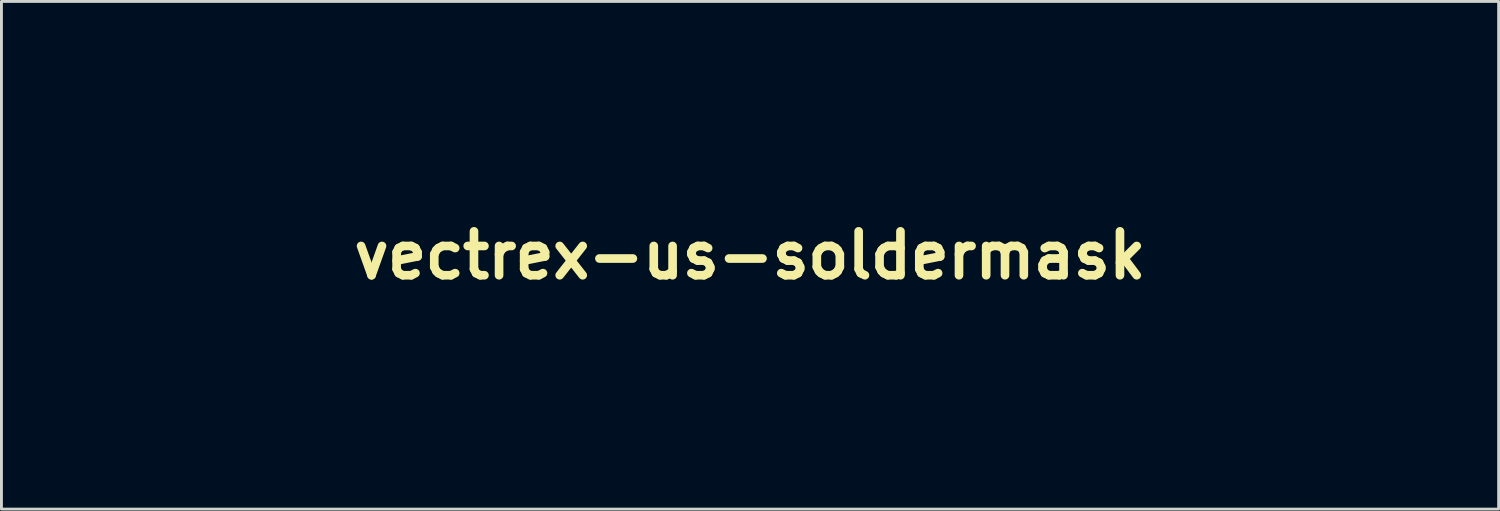
<source format=kicad_pcb>
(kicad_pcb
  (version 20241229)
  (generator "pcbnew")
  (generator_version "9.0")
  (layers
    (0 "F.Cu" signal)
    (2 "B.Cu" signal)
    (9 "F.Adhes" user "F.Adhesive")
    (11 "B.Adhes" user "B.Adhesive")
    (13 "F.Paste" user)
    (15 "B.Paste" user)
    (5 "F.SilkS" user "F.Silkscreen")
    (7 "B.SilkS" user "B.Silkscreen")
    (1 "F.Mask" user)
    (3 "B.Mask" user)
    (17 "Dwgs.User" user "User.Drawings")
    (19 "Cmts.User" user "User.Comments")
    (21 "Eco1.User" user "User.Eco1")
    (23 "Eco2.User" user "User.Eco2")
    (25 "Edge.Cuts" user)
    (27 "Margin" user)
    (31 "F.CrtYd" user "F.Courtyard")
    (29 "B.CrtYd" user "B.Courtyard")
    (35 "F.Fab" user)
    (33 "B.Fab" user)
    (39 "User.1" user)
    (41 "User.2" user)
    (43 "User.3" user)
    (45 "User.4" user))
  (footprint "vectrex-us-soldermask"
    (layer "F.Cu")
    (at 22.983 5.815)
    (property "Reference" "vectrex-us-soldermask" (at 0 0 0) (layer "F.SilkS") (effects (font (size 1.524 1.524) (thickness 0.3))))
    (attr through_hole)
    (fp_poly (pts (xy 7.349 -0.417) (xy 7.63 -0.413) (xy 7.865 -0.408) (xy 8.041 -0.402) (xy 8.147 -0.394) (xy 8.173 -0.388) (xy 8.141 -0.348) (xy 8.054 -0.251) (xy 7.918 -0.107) (xy 7.744 0.076) (xy 7.539 0.287) (xy 7.365 0.464) (xy 7.141 0.695) (xy 6.937 0.91) (xy 6.765 1.097) (xy 6.633 1.247) (xy 6.55 1.349) (xy 6.526 1.388) (xy 6.524 1.525) (xy 6.596 1.64) (xy 6.722 1.709) (xy 6.799 1.718) (xy 6.847 1.714) (xy 6.899 1.695) (xy 6.963 1.657) (xy 7.047 1.591) (xy 7.158 1.491) (xy 7.303 1.35) (xy 7.491 1.161) (xy 7.728 0.918) (xy 7.988 0.65) (xy 9.021 -0.418) (xy 10.082 -0.418) (xy 10.385 -0.416) (xy 10.654 -0.412) (xy 10.876 -0.406) (xy 11.039 -0.398) (xy 11.129 -0.389) (xy 11.142 -0.383) (xy 11.113 -0.34) (xy 11.03 -0.236) (xy 10.902 -0.08) (xy 10.735 0.12) (xy 10.538 0.354) (xy 10.318 0.613) (xy 10.247 0.697) (xy 9.353 1.741) (xy 7.848 1.767) (xy 7.848 5.712) (xy 5.897 5.712) (xy 5.897 -0.418) (xy 7.035 -0.418) (xy 7.349 -0.417)) (stroke (width 0.01) (type solid)) (fill yes) (layer "F.Mask"))
    (fp_poly (pts (xy 4.469 -4.101) (xy 4.481 -2.391) (xy 6.035 -2.368) (xy 7.589 -2.345) (xy 5.642 -0.328) (xy 5.05 -0.326) (xy 4.458 -0.325) (xy 4.458 5.712) (xy 2.507 5.712) (xy 2.507 -0.112) (xy 3.111 -0.721) (xy 3.339 -0.955) (xy 3.506 -1.135) (xy 3.62 -1.269) (xy 3.686 -1.366) (xy 3.713 -1.435) (xy 3.715 -1.452) (xy 3.675 -1.598) (xy 3.566 -1.691) (xy 3.433 -1.718) (xy 3.375 -1.707) (xy 3.3 -1.671) (xy 3.2 -1.601) (xy 3.063 -1.49) (xy 2.883 -1.332) (xy 2.648 -1.118) (xy 2.543 -1.022) (xy 1.79 -0.325) (xy 0.787 -0.325) (xy 0.491 -0.326) (xy 0.227 -0.33) (xy 0.009 -0.335) (xy -0.15 -0.342) (xy -0.234 -0.349) (xy -0.244 -0.353) (xy -0.222 -0.393) (xy -0.144 -0.494) (xy -0.02 -0.648) (xy 0.145 -0.845) (xy 0.343 -1.078) (xy 0.567 -1.338) (xy 0.69 -1.479) (xy 1.025 -1.861) (xy 1.371 -2.257) (xy 1.724 -2.661) (xy 2.076 -3.065) (xy 2.423 -3.462) (xy 2.759 -3.847) (xy 3.077 -4.213) (xy 3.373 -4.552) (xy 3.639 -4.859) (xy 3.871 -5.126) (xy 4.063 -5.347) (xy 4.208 -5.515) (xy 4.302 -5.624) (xy 4.329 -5.657) (xy 4.457 -5.81) (xy 4.469 -4.101)) (stroke (width 0.01) (type solid)) (fill yes) (layer "F.Mask"))
    (fp_poly (pts (xy -0.644 -0.364) (xy -0.159 -0.219) (xy 0.296 -0.002) (xy 0.7 0.282) (xy 0.743 0.32) (xy 0.952 0.504) (xy 0.19 1.27) (xy -0.571 2.035) (xy -0.757 1.913) (xy -0.901 1.835) (xy -1.061 1.793) (xy -1.249 1.775) (xy -1.532 1.792) (xy -1.763 1.879) (xy -1.961 2.044) (xy -2.064 2.175) (xy -2.146 2.307) (xy -2.189 2.428) (xy -2.204 2.581) (xy -2.206 2.67) (xy -2.199 2.851) (xy -2.17 2.981) (xy -2.106 3.103) (xy -2.064 3.165) (xy -1.861 3.386) (xy -1.621 3.522) (xy -1.34 3.574) (xy -1.303 3.575) (xy -1.002 3.535) (xy -0.749 3.418) (xy -0.552 3.23) (xy -0.416 2.974) (xy -0.377 2.836) (xy -0.356 2.765) (xy -0.321 2.691) (xy -0.263 2.605) (xy -0.175 2.497) (xy -0.048 2.357) (xy 0.125 2.176) (xy 0.354 1.945) (xy 0.472 1.826) (xy 0.697 1.604) (xy 0.9 1.407) (xy 1.075 1.243) (xy 1.21 1.121) (xy 1.296 1.051) (xy 1.323 1.037) (xy 1.379 1.093) (xy 1.453 1.219) (xy 1.534 1.395) (xy 1.615 1.603) (xy 1.688 1.822) (xy 1.725 1.956) (xy 1.802 2.445) (xy 1.794 2.944) (xy 1.706 3.441) (xy 1.543 3.919) (xy 1.307 4.365) (xy 1.005 4.764) (xy 0.798 4.971) (xy 0.382 5.284) (xy -0.08 5.524) (xy -0.573 5.687) (xy -1.082 5.768) (xy -1.595 5.762) (xy -1.678 5.753) (xy -2.185 5.642) (xy -2.661 5.449) (xy -3.098 5.181) (xy -3.487 4.847) (xy -3.818 4.454) (xy -4.082 4.011) (xy -4.271 3.524) (xy -4.296 3.435) (xy -4.348 3.147) (xy -4.372 2.806) (xy -4.369 2.452) (xy -4.338 2.12) (xy -4.296 1.905) (xy -4.119 1.405) (xy -3.865 0.95) (xy -3.543 0.547) (xy -3.16 0.204) (xy -2.724 -0.073) (xy -2.243 -0.277) (xy -1.726 -0.401) (xy -1.639 -0.413) (xy -1.144 -0.431) (xy -0.644 -0.364)) (stroke (width 0.01) (type solid)) (fill yes) (layer "F.Mask"))
    (fp_poly (pts (xy -7.218 -0.354) (xy -6.859 -0.248) (xy -6.381 -0.029) (xy -5.956 0.265) (xy -5.769 0.433) (xy -5.524 0.671) (xy -6.93 2.078) (xy -7.281 2.431) (xy -7.571 2.724) (xy -7.804 2.963) (xy -7.984 3.152) (xy -8.116 3.297) (xy -8.205 3.402) (xy -8.256 3.473) (xy -8.272 3.515) (xy -8.265 3.529) (xy -8.183 3.554) (xy -8.043 3.571) (xy -7.927 3.575) (xy -7.625 3.536) (xy -7.372 3.42) (xy -7.175 3.229) (xy -7.038 2.969) (xy -7.009 2.879) (xy -6.982 2.804) (xy -6.938 2.723) (xy -6.868 2.625) (xy -6.765 2.502) (xy -6.62 2.345) (xy -6.426 2.142) (xy -6.175 1.886) (xy -6.134 1.846) (xy -5.91 1.62) (xy -5.706 1.418) (xy -5.533 1.248) (xy -5.4 1.12) (xy -5.316 1.042) (xy -5.289 1.022) (xy -5.253 1.062) (xy -5.194 1.169) (xy -5.123 1.323) (xy -5.048 1.502) (xy -4.977 1.687) (xy -4.921 1.855) (xy -4.901 1.925) (xy -4.858 2.169) (xy -4.835 2.469) (xy -4.832 2.792) (xy -4.85 3.101) (xy -4.888 3.364) (xy -4.899 3.415) (xy -5.07 3.907) (xy -5.32 4.362) (xy -5.64 4.77) (xy -6.02 5.121) (xy -6.452 5.404) (xy -6.86 5.588) (xy -7.013 5.634) (xy -7.209 5.683) (xy -7.424 5.728) (xy -7.635 5.766) (xy -7.817 5.792) (xy -7.946 5.802) (xy -7.986 5.798) (xy -8.041 5.79) (xy -8.161 5.773) (xy -8.304 5.754) (xy -8.824 5.642) (xy -9.306 5.445) (xy -9.748 5.165) (xy -10.076 4.875) (xy -10.365 4.556) (xy -10.588 4.239) (xy -10.764 3.893) (xy -10.855 3.661) (xy -10.905 3.512) (xy -10.939 3.379) (xy -10.96 3.238) (xy -10.971 3.066) (xy -10.976 2.838) (xy -10.976 2.708) (xy -8.823 2.708) (xy -8.817 2.85) (xy -8.803 2.946) (xy -8.789 2.972) (xy -8.746 2.941) (xy -8.65 2.854) (xy -8.511 2.723) (xy -8.34 2.557) (xy -8.185 2.404) (xy -7.999 2.216) (xy -7.839 2.051) (xy -7.714 1.919) (xy -7.637 1.831) (xy -7.615 1.8) (xy -7.658 1.782) (xy -7.768 1.769) (xy -7.908 1.765) (xy -8.206 1.804) (xy -8.452 1.919) (xy -8.642 2.101) (xy -8.767 2.345) (xy -8.821 2.641) (xy -8.823 2.708) (xy -10.976 2.708) (xy -10.976 2.67) (xy -10.975 2.399) (xy -10.968 2.197) (xy -10.952 2.04) (xy -10.926 1.906) (xy -10.886 1.769) (xy -10.855 1.679) (xy -10.697 1.301) (xy -10.504 0.971) (xy -10.257 0.656) (xy -10.076 0.465) (xy -9.673 0.122) (xy -9.228 -0.14) (xy -8.751 -0.321) (xy -8.251 -0.419) (xy -7.737 -0.43) (xy -7.218 -0.354)) (stroke (width 0.01) (type solid)) (fill yes) (layer "F.Mask"))
    (fp_poly (pts (xy -16.904 -2.786) (xy -16.231 -2.785) (xy -15.59 -2.784) (xy -14.988 -2.783) (xy -14.429 -2.781) (xy -13.919 -2.779) (xy -13.465 -2.776) (xy -13.072 -2.773) (xy -12.745 -2.77) (xy -12.492 -2.767) (xy -12.316 -2.764) (xy -12.225 -2.76) (xy -12.212 -2.759) (xy -12.244 -2.722) (xy -12.336 -2.624) (xy -12.482 -2.472) (xy -12.677 -2.27) (xy -12.915 -2.024) (xy -13.192 -1.741) (xy -13.502 -1.424) (xy -13.839 -1.08) (xy -14.198 -0.715) (xy -14.337 -0.574) (xy -14.705 -0.199) (xy -15.055 0.159) (xy -15.381 0.495) (xy -15.677 0.802) (xy -15.938 1.075) (xy -16.159 1.307) (xy -16.332 1.493) (xy -16.454 1.627) (xy -16.517 1.703) (xy -16.525 1.714) (xy -16.556 1.868) (xy -16.512 2.008) (xy -16.408 2.116) (xy -16.263 2.174) (xy -16.104 2.167) (xy -16.049 2.128) (xy -15.934 2.026) (xy -15.761 1.863) (xy -15.535 1.644) (xy -15.257 1.371) (xy -14.932 1.047) (xy -14.563 0.677) (xy -14.153 0.263) (xy -13.706 -0.192) (xy -13.578 -0.322) (xy -11.168 -2.782) (xy -9.631 -2.784) (xy -9.263 -2.784) (xy -8.924 -2.782) (xy -8.627 -2.779) (xy -8.382 -2.775) (xy -8.2 -2.77) (xy -8.093 -2.764) (xy -8.068 -2.759) (xy -8.095 -2.722) (xy -8.179 -2.621) (xy -8.316 -2.46) (xy -8.5 -2.245) (xy -8.727 -1.982) (xy -8.993 -1.674) (xy -9.293 -1.327) (xy -9.623 -0.947) (xy -9.978 -0.539) (xy -10.353 -0.107) (xy -10.745 0.342) (xy -11.148 0.804) (xy -11.559 1.274) (xy -11.971 1.747) (xy -12.382 2.216) (xy -12.786 2.678) (xy -13.18 3.126) (xy -13.557 3.557) (xy -13.915 3.964) (xy -14.248 4.342) (xy -14.552 4.687) (xy -14.822 4.992) (xy -15.054 5.254) (xy -15.243 5.466) (xy -15.385 5.623) (xy -15.475 5.721) (xy -15.509 5.754) (xy -15.542 5.721) (xy -15.633 5.621) (xy -15.777 5.46) (xy -15.971 5.242) (xy -16.212 4.972) (xy -16.494 4.652) (xy -16.816 4.288) (xy -17.173 3.885) (xy -17.56 3.445) (xy -17.976 2.973) (xy -18.415 2.475) (xy -18.873 1.953) (xy -19.247 1.527) (xy -19.72 0.989) (xy -20.175 0.471) (xy -20.609 -0.025) (xy -21.018 -0.492) (xy -21.399 -0.928) (xy -21.749 -1.327) (xy -22.062 -1.685) (xy -22.335 -1.999) (xy -22.565 -2.264) (xy -22.748 -2.475) (xy -22.88 -2.628) (xy -22.958 -2.719) (xy -22.978 -2.744) (xy -22.934 -2.75) (xy -22.802 -2.756) (xy -22.586 -2.761) (xy -22.29 -2.766) (xy -21.917 -2.771) (xy -21.474 -2.775) (xy -20.963 -2.778) (xy -20.39 -2.781) (xy -19.757 -2.783) (xy -19.071 -2.785) (xy -18.334 -2.786) (xy -17.603 -2.786) (xy -16.904 -2.786)) (stroke (width 0.01) (type solid)) (fill yes) (layer "F.Mask"))
    (fp_poly (pts (xy 13.665 -0.395) (xy 14.15 -0.273) (xy 14.616 -0.071) (xy 15.052 0.213) (xy 15.219 0.352) (xy 15.352 0.477) (xy 15.453 0.583) (xy 15.506 0.653) (xy 15.509 0.665) (xy 15.477 0.709) (xy 15.387 0.81) (xy 15.243 0.963) (xy 15.055 1.16) (xy 14.827 1.394) (xy 14.568 1.659) (xy 14.284 1.945) (xy 14.128 2.102) (xy 13.78 2.452) (xy 13.493 2.742) (xy 13.264 2.977) (xy 13.087 3.163) (xy 12.958 3.305) (xy 12.871 3.408) (xy 12.823 3.477) (xy 12.809 3.517) (xy 12.816 3.529) (xy 12.898 3.554) (xy 13.039 3.57) (xy 13.167 3.575) (xy 13.355 3.565) (xy 13.5 3.527) (xy 13.649 3.448) (xy 13.659 3.441) (xy 13.829 3.296) (xy 13.966 3.11) (xy 14.051 2.912) (xy 14.07 2.786) (xy 14.09 2.728) (xy 14.155 2.634) (xy 14.269 2.498) (xy 14.438 2.315) (xy 14.665 2.079) (xy 14.893 1.848) (xy 15.119 1.623) (xy 15.326 1.422) (xy 15.503 1.254) (xy 15.641 1.129) (xy 15.732 1.054) (xy 15.763 1.036) (xy 15.827 1.095) (xy 15.907 1.225) (xy 15.995 1.409) (xy 16.083 1.629) (xy 16.12 1.737) (xy 16.167 1.89) (xy 16.198 2.035) (xy 16.216 2.195) (xy 16.225 2.396) (xy 16.226 2.662) (xy 16.226 2.693) (xy 16.222 2.963) (xy 16.213 3.164) (xy 16.195 3.322) (xy 16.165 3.462) (xy 16.12 3.608) (xy 16.101 3.661) (xy 15.946 4.035) (xy 15.756 4.363) (xy 15.512 4.676) (xy 15.322 4.879) (xy 14.927 5.214) (xy 14.483 5.475) (xy 14.002 5.658) (xy 13.496 5.759) (xy 12.977 5.773) (xy 12.763 5.753) (xy 12.26 5.642) (xy 11.786 5.449) (xy 11.35 5.181) (xy 10.963 4.847) (xy 10.632 4.455) (xy 10.368 4.014) (xy 10.179 3.531) (xy 10.147 3.415) (xy 10.105 3.17) (xy 10.082 2.87) (xy 10.081 2.727) (xy 12.228 2.727) (xy 12.24 2.86) (xy 12.267 2.95) (xy 12.295 2.972) (xy 12.337 2.941) (xy 12.433 2.854) (xy 12.571 2.723) (xy 12.741 2.557) (xy 12.897 2.404) (xy 13.083 2.216) (xy 13.243 2.051) (xy 13.367 1.919) (xy 13.445 1.831) (xy 13.466 1.8) (xy 13.424 1.781) (xy 13.314 1.769) (xy 13.186 1.765) (xy 12.878 1.803) (xy 12.623 1.918) (xy 12.424 2.106) (xy 12.284 2.365) (xy 12.257 2.445) (xy 12.233 2.579) (xy 12.228 2.727) (xy 10.081 2.727) (xy 10.08 2.548) (xy 10.097 2.239) (xy 10.135 1.978) (xy 10.147 1.925) (xy 10.288 1.513) (xy 10.494 1.103) (xy 10.748 0.729) (xy 10.897 0.556) (xy 11.292 0.2) (xy 11.727 -0.078) (xy 12.192 -0.276) (xy 12.676 -0.396) (xy 13.171 -0.435) (xy 13.665 -0.395)) (stroke (width 0.01) (type solid)) (fill yes) (layer "F.Mask"))
    (fp_poly (pts (xy 22.246 -0.416) (xy 22.511 -0.412) (xy 22.73 -0.406) (xy 22.889 -0.397) (xy 22.974 -0.388) (xy 22.985 -0.383) (xy 22.956 -0.341) (xy 22.873 -0.236) (xy 22.742 -0.075) (xy 22.569 0.133) (xy 22.36 0.383) (xy 22.123 0.666) (xy 21.862 0.974) (xy 21.707 1.157) (xy 20.428 2.661) (xy 20.538 2.782) (xy 20.638 2.893) (xy 20.779 3.056) (xy 20.955 3.26) (xy 21.156 3.497) (xy 21.377 3.758) (xy 21.609 4.033) (xy 21.845 4.314) (xy 22.077 4.591) (xy 22.298 4.856) (xy 22.5 5.1) (xy 22.676 5.314) (xy 22.818 5.488) (xy 22.918 5.613) (xy 22.97 5.682) (xy 22.975 5.691) (xy 22.925 5.695) (xy 22.792 5.698) (xy 22.584 5.701) (xy 22.309 5.702) (xy 21.976 5.703) (xy 21.594 5.703) (xy 21.172 5.703) (xy 20.718 5.701) (xy 20.566 5.7) (xy 18.179 5.688) (xy 19.027 4.824) (xy 19.255 4.59) (xy 19.459 4.375) (xy 19.632 4.19) (xy 19.765 4.043) (xy 19.848 3.944) (xy 19.874 3.904) (xy 19.847 3.803) (xy 19.785 3.688) (xy 19.716 3.611) (xy 19.667 3.587) (xy 19.613 3.583) (xy 19.545 3.604) (xy 19.457 3.657) (xy 19.342 3.747) (xy 19.192 3.88) (xy 19 4.062) (xy 18.758 4.298) (xy 18.461 4.594) (xy 18.412 4.644) (xy 17.344 5.712) (xy 16.285 5.712) (xy 15.911 5.71) (xy 15.625 5.705) (xy 15.424 5.696) (xy 15.302 5.684) (xy 15.256 5.668) (xy 15.256 5.662) (xy 15.292 5.617) (xy 15.382 5.508) (xy 15.519 5.345) (xy 15.696 5.134) (xy 15.909 4.883) (xy 16.149 4.6) (xy 16.41 4.292) (xy 16.537 4.143) (xy 16.804 3.828) (xy 17.052 3.534) (xy 17.273 3.269) (xy 17.461 3.041) (xy 17.611 2.857) (xy 17.715 2.725) (xy 17.768 2.652) (xy 17.774 2.641) (xy 17.742 2.599) (xy 17.656 2.494) (xy 17.523 2.334) (xy 17.348 2.126) (xy 17.138 1.877) (xy 16.899 1.595) (xy 16.638 1.287) (xy 16.496 1.121) (xy 16.226 0.803) (xy 15.976 0.508) (xy 15.752 0.242) (xy 15.56 0.013) (xy 15.406 -0.172) (xy 15.297 -0.305) (xy 15.239 -0.379) (xy 15.231 -0.392) (xy 15.276 -0.397) (xy 15.405 -0.401) (xy 15.61 -0.406) (xy 15.881 -0.41) (xy 16.211 -0.413) (xy 16.591 -0.415) (xy 17.011 -0.417) (xy 17.464 -0.418) (xy 17.626 -0.418) (xy 18.2 -0.417) (xy 18.701 -0.415) (xy 19.125 -0.41) (xy 19.469 -0.405) (xy 19.731 -0.397) (xy 19.908 -0.389) (xy 19.996 -0.379) (xy 20.006 -0.373) (xy 19.971 -0.328) (xy 19.88 -0.227) (xy 19.742 -0.077) (xy 19.566 0.11) (xy 19.362 0.326) (xy 19.189 0.506) (xy 18.923 0.785) (xy 18.716 1.008) (xy 18.565 1.182) (xy 18.463 1.316) (xy 18.405 1.419) (xy 18.386 1.499) (xy 18.4 1.565) (xy 18.442 1.625) (xy 18.461 1.645) (xy 18.517 1.694) (xy 18.574 1.723) (xy 18.639 1.725) (xy 18.719 1.695) (xy 18.822 1.629) (xy 18.954 1.521) (xy 19.124 1.366) (xy 19.339 1.159) (xy 19.605 0.894) (xy 19.848 0.65) (xy 20.907 -0.418) (xy 21.946 -0.418) (xy 22.246 -0.416)) (stroke (width 0.01) (type solid)) (fill yes) (layer "F.Mask")))
  (gr_rect
    (start -3 -3)
    (end 48.973 14.622)
    (stroke (width 0.1) (type default))
    (fill no)
    (layer "Edge.Cuts")))
</source>
